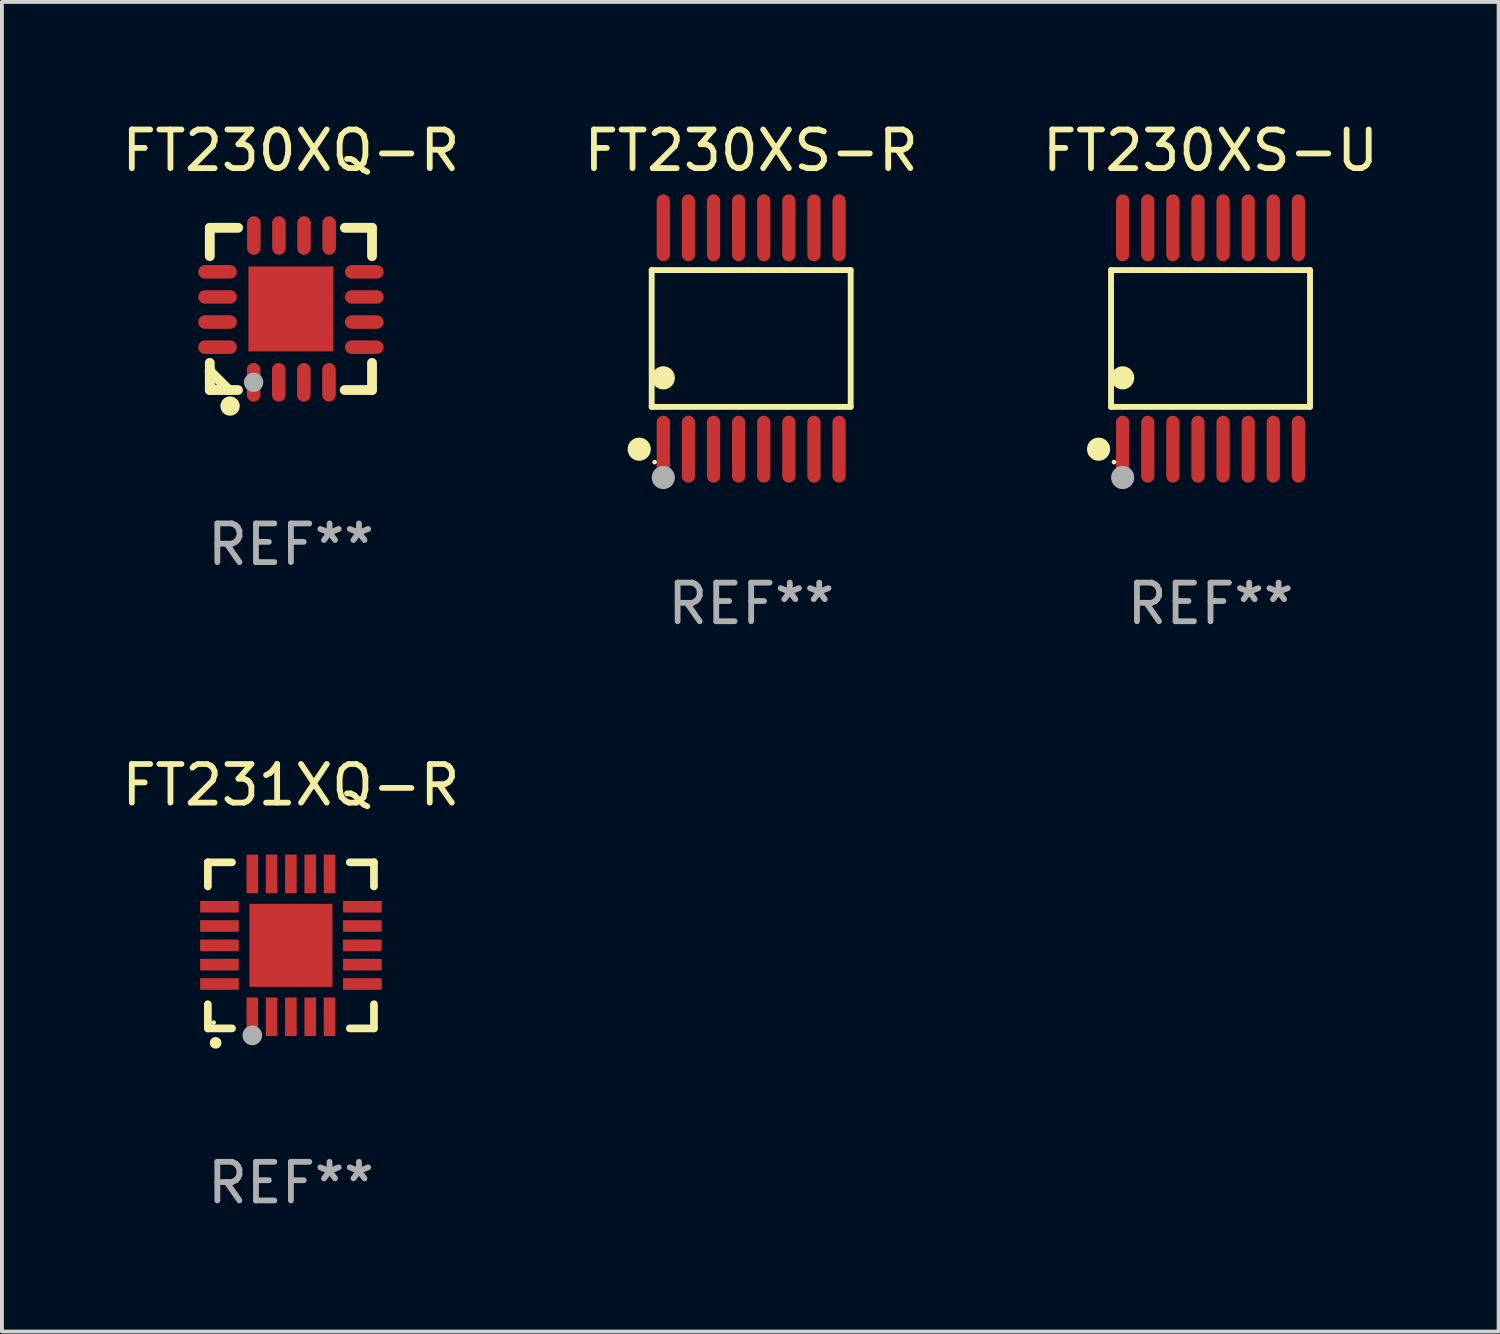
<source format=kicad_pcb>
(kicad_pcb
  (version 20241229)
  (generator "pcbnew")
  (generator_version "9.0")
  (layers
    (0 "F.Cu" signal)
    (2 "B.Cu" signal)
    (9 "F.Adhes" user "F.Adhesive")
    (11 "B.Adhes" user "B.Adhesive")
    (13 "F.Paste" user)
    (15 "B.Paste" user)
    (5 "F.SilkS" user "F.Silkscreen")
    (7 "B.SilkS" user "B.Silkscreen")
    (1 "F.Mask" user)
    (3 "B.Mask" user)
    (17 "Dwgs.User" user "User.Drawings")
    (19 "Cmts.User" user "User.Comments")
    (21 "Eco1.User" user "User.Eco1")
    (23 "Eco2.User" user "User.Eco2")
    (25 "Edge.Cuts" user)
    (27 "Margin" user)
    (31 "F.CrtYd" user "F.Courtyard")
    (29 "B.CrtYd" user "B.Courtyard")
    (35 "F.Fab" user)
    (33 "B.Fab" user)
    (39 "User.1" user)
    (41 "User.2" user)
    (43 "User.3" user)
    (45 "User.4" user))
  (footprint "FT230XQ-R"
    (layer "F.Cu")
    (at 4.482 4.948)
    (property "Reference" "FT230XQ-R" (at 0 -4.1 0) (layer "F.SilkS") (effects (font (size 1 1) (thickness 0.15))))
    (attr through_hole)
    (fp_line (start -2.1 -2.1) (end -1.366 -2.1) (stroke (width 0.254) (type solid)) (layer "F.SilkS"))
    (fp_line (start -2.1 -1.366) (end -2.1 -2.1) (stroke (width 0.254) (type solid)) (layer "F.SilkS"))
    (fp_line (start -2.1 1.572) (end -2.1 1.607) (stroke (width 0.254) (type solid)) (layer "F.SilkS"))
    (fp_line (start -2.1 1.607) (end -1.607 2.1) (stroke (width 0.254) (type solid)) (layer "F.SilkS"))
    (fp_line (start -2.1 2.1) (end -2.1 1.397) (stroke (width 0.254) (type solid)) (layer "F.SilkS"))
    (fp_line (start -2.1 2.1) (end -1.371 2.1) (stroke (width 0.254) (type solid)) (layer "F.SilkS"))
    (fp_line (start 1.392 2.1) (end 2.1 2.1) (stroke (width 0.254) (type solid)) (layer "F.SilkS"))
    (fp_line (start 1.397 -2.1) (end 2.1 -2.1) (stroke (width 0.254) (type solid)) (layer "F.SilkS"))
    (fp_line (start 2.1 -1.366) (end 2.1 -2.1) (stroke (width 0.254) (type solid)) (layer "F.SilkS"))
    (fp_line (start 2.1 2.1) (end 2.1 1.397) (stroke (width 0.254) (type solid)) (layer "F.SilkS"))
    (fp_circle (center -2 2) (end -1.97 2) (stroke (width 0.06) (type solid)) (fill no) (layer "F.SilkS"))
    (fp_circle (center -1.575 2.515) (end -1.45 2.515) (stroke (width 0.25) (type solid)) (fill no) (layer "F.SilkS"))
    (fp_circle (center -0.965 1.9) (end -0.84 1.9) (stroke (width 0.25) (type solid)) (fill no) (layer "F.Fab"))
    (fp_text user "REF**" (at 0 6.1 0) (layer "F.Fab") (effects (font (size 1 1) (thickness 0.15))))
    (pad "1" smd oval (at -0.965 1.9) (size 0.35 1) (layers "F.Cu" "F.Mask" "F.Paste"))
    (pad "2" smd oval (at -0.315 1.9) (size 0.35 1) (layers "F.Cu" "F.Mask" "F.Paste"))
    (pad "3" smd oval (at 0.335 1.9) (size 0.35 1) (layers "F.Cu" "F.Mask" "F.Paste"))
    (pad "4" smd oval (at 0.986 1.9) (size 0.35 1) (layers "F.Cu" "F.Mask" "F.Paste"))
    (pad "5" smd oval (at 1.9 0.991) (size 1 0.35) (layers "F.Cu" "F.Mask" "F.Paste"))
    (pad "6" smd oval (at 1.9 0.34) (size 1 0.35) (layers "F.Cu" "F.Mask" "F.Paste"))
    (pad "7" smd oval (at 1.9 -0.31) (size 1 0.35) (layers "F.Cu" "F.Mask" "F.Paste"))
    (pad "8" smd oval (at 1.9 -0.96) (size 1 0.35) (layers "F.Cu" "F.Mask" "F.Paste"))
    (pad "9" smd oval (at 0.991 -1.9) (size 0.35 1) (layers "F.Cu" "F.Mask" "F.Paste"))
    (pad "10" smd oval (at 0.34 -1.9) (size 0.35 1) (layers "F.Cu" "F.Mask" "F.Paste"))
    (pad "11" smd oval (at -0.31 -1.9) (size 0.35 1) (layers "F.Cu" "F.Mask" "F.Paste"))
    (pad "12" smd oval (at -0.96 -1.9) (size 0.35 1) (layers "F.Cu" "F.Mask" "F.Paste"))
    (pad "13" smd oval (at -1.9 -0.96) (size 1 0.35) (layers "F.Cu" "F.Mask" "F.Paste"))
    (pad "14" smd oval (at -1.9 -0.31) (size 1 0.35) (layers "F.Cu" "F.Mask" "F.Paste"))
    (pad "15" smd oval (at -1.9 0.34) (size 1 0.35) (layers "F.Cu" "F.Mask" "F.Paste"))
    (pad "16" smd oval (at -1.9 0.991) (size 1 0.35) (layers "F.Cu" "F.Mask" "F.Paste"))
    (pad "17" smd rect (at 0 0) (size 2.2 2.2) (layers "F.Cu" "F.Mask" "F.Paste")))
  (footprint "FT230XS-R"
    (layer "F.Cu")
    (at 16.399 5.714)
    (property "Reference" "FT230XS-R" (at 0 -4.866 0) (layer "F.SilkS") (effects (font (size 1 1) (thickness 0.15))))
    (attr through_hole)
    (fp_line (start -2.576 -1.772) (end 2.576 -1.772) (stroke (width 0.152) (type solid)) (layer "F.SilkS"))
    (fp_line (start -2.576 1.771) (end -2.576 -1.772) (stroke (width 0.152) (type solid)) (layer "F.SilkS"))
    (fp_line (start 2.576 -1.772) (end 2.576 1.771) (stroke (width 0.152) (type solid)) (layer "F.SilkS"))
    (fp_line (start 2.576 1.771) (end -2.576 1.771) (stroke (width 0.152) (type solid)) (layer "F.SilkS"))
    (fp_circle (center -2.899 2.866) (end -2.749 2.866) (stroke (width 0.3) (type solid)) (fill no) (layer "F.SilkS"))
    (fp_circle (center -2.5 3.2) (end -2.47 3.2) (stroke (width 0.06) (type solid)) (fill no) (layer "F.SilkS"))
    (fp_circle (center -2.275 1.019) (end -2.125 1.019) (stroke (width 0.3) (type solid)) (fill no) (layer "F.SilkS"))
    (fp_circle (center -2.275 3.6) (end -2.125 3.6) (stroke (width 0.3) (type solid)) (fill no) (layer "F.Fab"))
    (fp_text user "REF**" (at 0 6.866 0) (layer "F.Fab") (effects (font (size 1 1) (thickness 0.15))))
    (pad "1" smd oval (at -2.275 2.866) (size 0.343 1.731) (layers "F.Cu" "F.Mask" "F.Paste"))
    (pad "2" smd oval (at -1.625 2.866) (size 0.343 1.731) (layers "F.Cu" "F.Mask" "F.Paste"))
    (pad "3" smd oval (at -0.975 2.866) (size 0.343 1.731) (layers "F.Cu" "F.Mask" "F.Paste"))
    (pad "4" smd oval (at -0.325 2.866) (size 0.343 1.731) (layers "F.Cu" "F.Mask" "F.Paste"))
    (pad "5" smd oval (at 0.325 2.866) (size 0.343 1.731) (layers "F.Cu" "F.Mask" "F.Paste"))
    (pad "6" smd oval (at 0.975 2.866) (size 0.343 1.731) (layers "F.Cu" "F.Mask" "F.Paste"))
    (pad "7" smd oval (at 1.625 2.866) (size 0.343 1.731) (layers "F.Cu" "F.Mask" "F.Paste"))
    (pad "8" smd oval (at 2.275 2.866) (size 0.343 1.731) (layers "F.Cu" "F.Mask" "F.Paste"))
    (pad "9" smd oval (at 2.275 -2.866) (size 0.343 1.731) (layers "F.Cu" "F.Mask" "F.Paste"))
    (pad "10" smd oval (at 1.625 -2.866) (size 0.343 1.731) (layers "F.Cu" "F.Mask" "F.Paste"))
    (pad "11" smd oval (at 0.975 -2.866) (size 0.343 1.731) (layers "F.Cu" "F.Mask" "F.Paste"))
    (pad "12" smd oval (at 0.325 -2.866) (size 0.343 1.731) (layers "F.Cu" "F.Mask" "F.Paste"))
    (pad "13" smd oval (at -0.325 -2.866) (size 0.343 1.731) (layers "F.Cu" "F.Mask" "F.Paste"))
    (pad "14" smd oval (at -0.975 -2.866) (size 0.343 1.731) (layers "F.Cu" "F.Mask" "F.Paste"))
    (pad "15" smd oval (at -1.625 -2.866) (size 0.343 1.731) (layers "F.Cu" "F.Mask" "F.Paste"))
    (pad "16" smd oval (at -2.275 -2.866) (size 0.343 1.731) (layers "F.Cu" "F.Mask" "F.Paste")))
  (footprint "FT230XS-U"
    (layer "F.Cu")
    (at 28.292 5.714)
    (property "Reference" "FT230XS-U" (at 0 -4.866 0) (layer "F.SilkS") (effects (font (size 1 1) (thickness 0.15))))
    (attr through_hole)
    (fp_line (start -2.576 -1.772) (end 2.576 -1.772) (stroke (width 0.152) (type solid)) (layer "F.SilkS"))
    (fp_line (start -2.576 1.771) (end -2.576 -1.772) (stroke (width 0.152) (type solid)) (layer "F.SilkS"))
    (fp_line (start 2.576 -1.772) (end 2.576 1.771) (stroke (width 0.152) (type solid)) (layer "F.SilkS"))
    (fp_line (start 2.576 1.771) (end -2.576 1.771) (stroke (width 0.152) (type solid)) (layer "F.SilkS"))
    (fp_circle (center -2.899 2.866) (end -2.749 2.866) (stroke (width 0.3) (type solid)) (fill no) (layer "F.SilkS"))
    (fp_circle (center -2.5 3.2) (end -2.47 3.2) (stroke (width 0.06) (type solid)) (fill no) (layer "F.SilkS"))
    (fp_circle (center -2.275 1.019) (end -2.125 1.019) (stroke (width 0.3) (type solid)) (fill no) (layer "F.SilkS"))
    (fp_circle (center -2.275 3.6) (end -2.125 3.6) (stroke (width 0.3) (type solid)) (fill no) (layer "F.Fab"))
    (fp_text user "REF**" (at 0 6.866 0) (layer "F.Fab") (effects (font (size 1 1) (thickness 0.15))))
    (pad "1" smd oval (at -2.275 2.866) (size 0.343 1.731) (layers "F.Cu" "F.Mask" "F.Paste"))
    (pad "2" smd oval (at -1.625 2.866) (size 0.343 1.731) (layers "F.Cu" "F.Mask" "F.Paste"))
    (pad "3" smd oval (at -0.975 2.866) (size 0.343 1.731) (layers "F.Cu" "F.Mask" "F.Paste"))
    (pad "4" smd oval (at -0.325 2.866) (size 0.343 1.731) (layers "F.Cu" "F.Mask" "F.Paste"))
    (pad "5" smd oval (at 0.325 2.866) (size 0.343 1.731) (layers "F.Cu" "F.Mask" "F.Paste"))
    (pad "6" smd oval (at 0.975 2.866) (size 0.343 1.731) (layers "F.Cu" "F.Mask" "F.Paste"))
    (pad "7" smd oval (at 1.625 2.866) (size 0.343 1.731) (layers "F.Cu" "F.Mask" "F.Paste"))
    (pad "8" smd oval (at 2.275 2.866) (size 0.343 1.731) (layers "F.Cu" "F.Mask" "F.Paste"))
    (pad "9" smd oval (at 2.275 -2.866) (size 0.343 1.731) (layers "F.Cu" "F.Mask" "F.Paste"))
    (pad "10" smd oval (at 1.625 -2.866) (size 0.343 1.731) (layers "F.Cu" "F.Mask" "F.Paste"))
    (pad "11" smd oval (at 0.975 -2.866) (size 0.343 1.731) (layers "F.Cu" "F.Mask" "F.Paste"))
    (pad "12" smd oval (at 0.325 -2.866) (size 0.343 1.731) (layers "F.Cu" "F.Mask" "F.Paste"))
    (pad "13" smd oval (at -0.325 -2.866) (size 0.343 1.731) (layers "F.Cu" "F.Mask" "F.Paste"))
    (pad "14" smd oval (at -0.975 -2.866) (size 0.343 1.731) (layers "F.Cu" "F.Mask" "F.Paste"))
    (pad "15" smd oval (at -1.625 -2.866) (size 0.343 1.731) (layers "F.Cu" "F.Mask" "F.Paste"))
    (pad "16" smd oval (at -2.275 -2.866) (size 0.343 1.731) (layers "F.Cu" "F.Mask" "F.Paste")))
  (footprint "FT231XQ-R"
    (layer "F.Cu")
    (at 4.482 21.426)
    (property "Reference" "FT231XQ-R" (at 0 -4.15 0) (layer "F.SilkS") (effects (font (size 1 1) (thickness 0.15))))
    (attr through_hole)
    (fp_line (start -2.15 -2.15) (end -2.15 -1.525) (stroke (width 0.2) (type solid)) (layer "F.SilkS"))
    (fp_line (start -2.15 2.15) (end -2.15 1.525) (stroke (width 0.2) (type solid)) (layer "F.SilkS"))
    (fp_line (start -1.525 -2.15) (end -2.15 -2.15) (stroke (width 0.2) (type solid)) (layer "F.SilkS"))
    (fp_line (start -1.525 2.15) (end -2.15 2.15) (stroke (width 0.2) (type solid)) (layer "F.SilkS"))
    (fp_line (start 1.525 2.15) (end 2.15 2.15) (stroke (width 0.2) (type solid)) (layer "F.SilkS"))
    (fp_line (start 2.15 -2.15) (end 1.525 -2.15) (stroke (width 0.2) (type solid)) (layer "F.SilkS"))
    (fp_line (start 2.15 -1.525) (end 2.15 -2.15) (stroke (width 0.2) (type solid)) (layer "F.SilkS"))
    (fp_line (start 2.15 2.15) (end 2.15 1.525) (stroke (width 0.2) (type solid)) (layer "F.SilkS"))
    (fp_arc (start -1.950724 2.524765) (mid -1.949454 2.52476) (end -1.948184 2.524765) (stroke (width 0.3) (type solid)) (layer "F.SilkS"))
    (fp_circle (center -2 2) (end -1.97 2) (stroke (width 0.06) (type solid)) (fill no) (layer "F.SilkS"))
    (fp_circle (center -1 2.332) (end -0.873 2.332) (stroke (width 0.254) (type solid)) (fill no) (layer "F.Fab"))
    (fp_text user "REF**" (at 0 6.15 0) (layer "F.Fab") (effects (font (size 1 1) (thickness 0.15))))
    (pad "1" smd rect (at -1 1.85 180) (size 0.3 1) (layers "F.Cu" "F.Mask" "F.Paste"))
    (pad "2" smd rect (at -0.5 1.85 180) (size 0.3 1) (layers "F.Cu" "F.Mask" "F.Paste"))
    (pad "3" smd rect (at 0 1.85 180) (size 0.3 1) (layers "F.Cu" "F.Mask" "F.Paste"))
    (pad "4" smd rect (at 0.5 1.85 180) (size 0.3 1) (layers "F.Cu" "F.Mask" "F.Paste"))
    (pad "5" smd rect (at 1 1.85 180) (size 0.3 1) (layers "F.Cu" "F.Mask" "F.Paste"))
    (pad "6" smd rect (at 1.85 1 90) (size 0.3 1) (layers "F.Cu" "F.Mask" "F.Paste"))
    (pad "7" smd rect (at 1.85 0.5 90) (size 0.3 1) (layers "F.Cu" "F.Mask" "F.Paste"))
    (pad "8" smd rect (at 1.85 0 90) (size 0.3 1) (layers "F.Cu" "F.Mask" "F.Paste"))
    (pad "9" smd rect (at 1.85 -0.5 90) (size 0.3 1) (layers "F.Cu" "F.Mask" "F.Paste"))
    (pad "10" smd rect (at 1.85 -1 90) (size 0.3 1) (layers "F.Cu" "F.Mask" "F.Paste"))
    (pad "11" smd rect (at 1 -1.85 180) (size 0.3 1) (layers "F.Cu" "F.Mask" "F.Paste"))
    (pad "12" smd rect (at 0.5 -1.85 180) (size 0.3 1) (layers "F.Cu" "F.Mask" "F.Paste"))
    (pad "13" smd rect (at 0 -1.85 180) (size 0.3 1) (layers "F.Cu" "F.Mask" "F.Paste"))
    (pad "14" smd rect (at -0.5 -1.85 180) (size 0.3 1) (layers "F.Cu" "F.Mask" "F.Paste"))
    (pad "15" smd rect (at -1 -1.85 180) (size 0.3 1) (layers "F.Cu" "F.Mask" "F.Paste"))
    (pad "16" smd rect (at -1.85 -1 90) (size 0.3 1) (layers "F.Cu" "F.Mask" "F.Paste"))
    (pad "17" smd rect (at -1.85 -0.5 90) (size 0.3 1) (layers "F.Cu" "F.Mask" "F.Paste"))
    (pad "18" smd rect (at -1.85 0 90) (size 0.3 1) (layers "F.Cu" "F.Mask" "F.Paste"))
    (pad "19" smd rect (at -1.85 0.5 90) (size 0.3 1) (layers "F.Cu" "F.Mask" "F.Paste"))
    (pad "20" smd rect (at -1.85 1 90) (size 0.3 1) (layers "F.Cu" "F.Mask" "F.Paste"))
    (pad "21" smd rect (at 0 0 90) (size 2.15 2.15) (layers "F.Cu" "F.Mask" "F.Paste")))
  (gr_rect
    (start -3 -3)
    (end 35.75 31.425)
    (stroke (width 0.1) (type default))
    (fill no)
    (layer "Edge.Cuts")))
</source>
